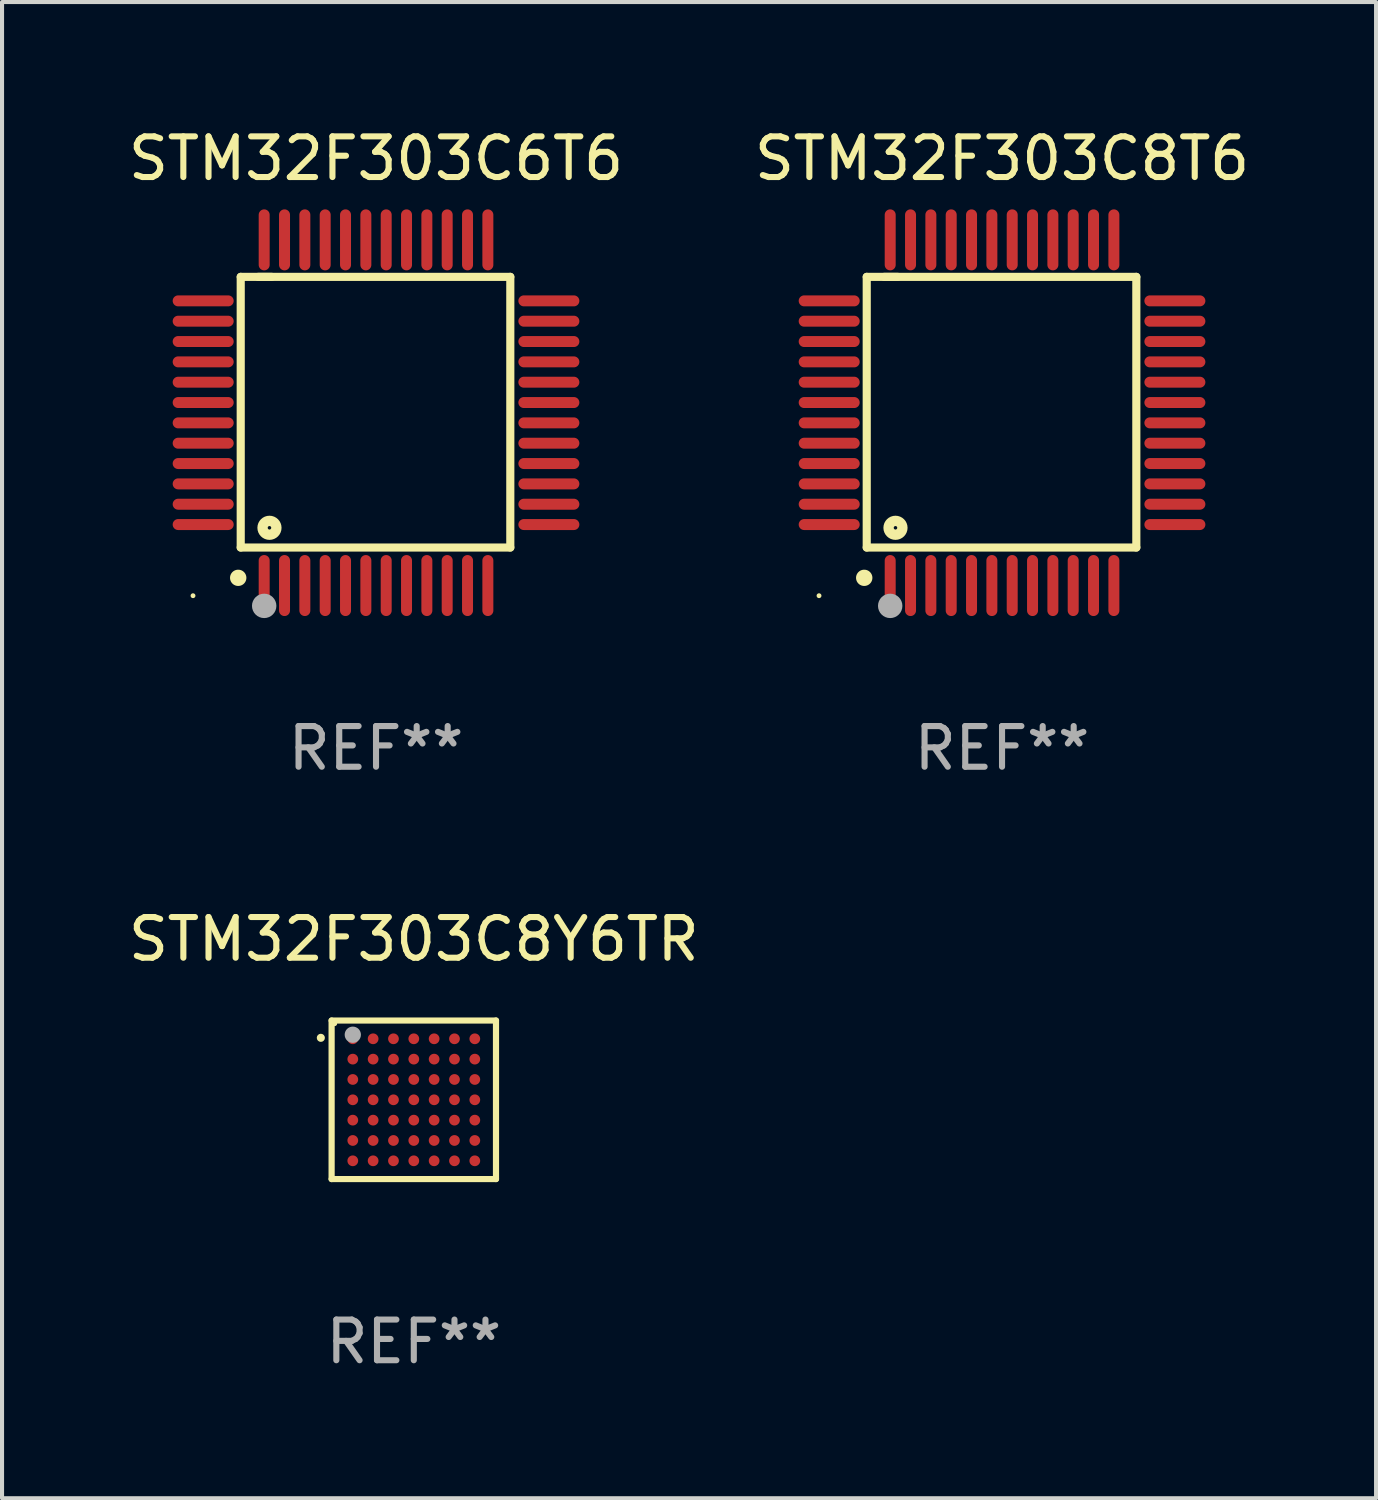
<source format=kicad_pcb>
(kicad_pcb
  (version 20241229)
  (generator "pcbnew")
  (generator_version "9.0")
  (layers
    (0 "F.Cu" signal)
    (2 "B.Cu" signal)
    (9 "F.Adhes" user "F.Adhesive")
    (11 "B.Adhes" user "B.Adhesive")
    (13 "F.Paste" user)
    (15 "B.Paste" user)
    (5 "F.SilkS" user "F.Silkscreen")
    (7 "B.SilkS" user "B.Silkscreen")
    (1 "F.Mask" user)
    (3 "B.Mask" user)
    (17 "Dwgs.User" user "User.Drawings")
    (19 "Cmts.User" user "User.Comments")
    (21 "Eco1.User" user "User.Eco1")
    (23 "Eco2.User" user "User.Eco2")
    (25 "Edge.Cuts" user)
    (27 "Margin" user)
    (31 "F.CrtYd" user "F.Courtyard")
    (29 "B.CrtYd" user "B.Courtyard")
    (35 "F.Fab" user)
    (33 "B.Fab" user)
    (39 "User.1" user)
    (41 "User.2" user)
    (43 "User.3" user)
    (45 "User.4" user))
  (footprint "STM32F303C8Y6TR"
    (layer "F.Cu")
    (at 7.125 23.993)
    (property "Reference" "STM32F303C8Y6TR" (at 0 -3.949 0) (layer "F.SilkS") (effects (font (size 1 1) (thickness 0.15))))
    (attr through_hole)
    (fp_line (start -2.021 -1.949) (end 2.021 -1.949) (stroke (width 0.152) (type solid)) (layer "F.SilkS"))
    (fp_line (start -2.021 1.949) (end -2.021 -1.949) (stroke (width 0.152) (type solid)) (layer "F.SilkS"))
    (fp_line (start 2.021 -1.949) (end 2.021 1.949) (stroke (width 0.152) (type solid)) (layer "F.SilkS"))
    (fp_line (start 2.021 1.949) (end -2.021 1.949) (stroke (width 0.152) (type solid)) (layer "F.SilkS"))
    (fp_circle (center -2.286 -1.524) (end -2.236 -1.524) (stroke (width 0.1) (type solid)) (fill no) (layer "F.SilkS"))
    (fp_circle (center -1.945 -1.872) (end -1.915 -1.872) (stroke (width 0.06) (type solid)) (fill no) (layer "F.SilkS"))
    (fp_circle (center -1.5 -1.6) (end -1.4 -1.6) (stroke (width 0.2) (type solid)) (fill no) (layer "F.Fab"))
    (fp_text user "REF**" (at 0 5.949 0) (layer "F.Fab") (effects (font (size 1 1) (thickness 0.15))))
    (pad "A1" smd circle (at -1.5 -1.5) (size 0.264 0.264) (layers "F.Cu" "F.Mask" "F.Paste"))
    (pad "A2" smd circle (at -1 -1.5) (size 0.264 0.264) (layers "F.Cu" "F.Mask" "F.Paste"))
    (pad "A3" smd circle (at -0.5 -1.5) (size 0.264 0.264) (layers "F.Cu" "F.Mask" "F.Paste"))
    (pad "A4" smd circle (at 0 -1.5) (size 0.264 0.264) (layers "F.Cu" "F.Mask" "F.Paste"))
    (pad "A5" smd circle (at 0.5 -1.5) (size 0.264 0.264) (layers "F.Cu" "F.Mask" "F.Paste"))
    (pad "A6" smd circle (at 1 -1.5) (size 0.264 0.264) (layers "F.Cu" "F.Mask" "F.Paste"))
    (pad "A7" smd circle (at 1.5 -1.5) (size 0.264 0.264) (layers "F.Cu" "F.Mask" "F.Paste"))
    (pad "B1" smd circle (at -1.5 -1) (size 0.264 0.264) (layers "F.Cu" "F.Mask" "F.Paste"))
    (pad "B2" smd circle (at -1 -1) (size 0.264 0.264) (layers "F.Cu" "F.Mask" "F.Paste"))
    (pad "B3" smd circle (at -0.5 -1) (size 0.264 0.264) (layers "F.Cu" "F.Mask" "F.Paste"))
    (pad "B4" smd circle (at 0 -1) (size 0.264 0.264) (layers "F.Cu" "F.Mask" "F.Paste"))
    (pad "B5" smd circle (at 0.5 -1) (size 0.264 0.264) (layers "F.Cu" "F.Mask" "F.Paste"))
    (pad "B6" smd circle (at 1 -1) (size 0.264 0.264) (layers "F.Cu" "F.Mask" "F.Paste"))
    (pad "B7" smd circle (at 1.5 -1) (size 0.264 0.264) (layers "F.Cu" "F.Mask" "F.Paste"))
    (pad "C1" smd circle (at -1.5 -0.5) (size 0.264 0.264) (layers "F.Cu" "F.Mask" "F.Paste"))
    (pad "C2" smd circle (at -1 -0.5) (size 0.264 0.264) (layers "F.Cu" "F.Mask" "F.Paste"))
    (pad "C3" smd circle (at -0.5 -0.5) (size 0.264 0.264) (layers "F.Cu" "F.Mask" "F.Paste"))
    (pad "C4" smd circle (at 0 -0.5) (size 0.264 0.264) (layers "F.Cu" "F.Mask" "F.Paste"))
    (pad "C5" smd circle (at 0.5 -0.5) (size 0.264 0.264) (layers "F.Cu" "F.Mask" "F.Paste"))
    (pad "C6" smd circle (at 1 -0.5) (size 0.264 0.264) (layers "F.Cu" "F.Mask" "F.Paste"))
    (pad "C7" smd circle (at 1.5 -0.5) (size 0.264 0.264) (layers "F.Cu" "F.Mask" "F.Paste"))
    (pad "D1" smd circle (at -1.5 0) (size 0.264 0.264) (layers "F.Cu" "F.Mask" "F.Paste"))
    (pad "D2" smd circle (at -1 0) (size 0.264 0.264) (layers "F.Cu" "F.Mask" "F.Paste"))
    (pad "D3" smd circle (at -0.5 0) (size 0.264 0.264) (layers "F.Cu" "F.Mask" "F.Paste"))
    (pad "D4" smd circle (at 0 0) (size 0.264 0.264) (layers "F.Cu" "F.Mask" "F.Paste"))
    (pad "D5" smd circle (at 0.5 0) (size 0.264 0.264) (layers "F.Cu" "F.Mask" "F.Paste"))
    (pad "D6" smd circle (at 1 0) (size 0.264 0.264) (layers "F.Cu" "F.Mask" "F.Paste"))
    (pad "D7" smd circle (at 1.5 0) (size 0.264 0.264) (layers "F.Cu" "F.Mask" "F.Paste"))
    (pad "E1" smd circle (at -1.5 0.5) (size 0.264 0.264) (layers "F.Cu" "F.Mask" "F.Paste"))
    (pad "E2" smd circle (at -1 0.5) (size 0.264 0.264) (layers "F.Cu" "F.Mask" "F.Paste"))
    (pad "E3" smd circle (at -0.5 0.5) (size 0.264 0.264) (layers "F.Cu" "F.Mask" "F.Paste"))
    (pad "E4" smd circle (at 0 0.5) (size 0.264 0.264) (layers "F.Cu" "F.Mask" "F.Paste"))
    (pad "E5" smd circle (at 0.5 0.5) (size 0.264 0.264) (layers "F.Cu" "F.Mask" "F.Paste"))
    (pad "E6" smd circle (at 1 0.5) (size 0.264 0.264) (layers "F.Cu" "F.Mask" "F.Paste"))
    (pad "E7" smd circle (at 1.5 0.5) (size 0.264 0.264) (layers "F.Cu" "F.Mask" "F.Paste"))
    (pad "F1" smd circle (at -1.5 1) (size 0.264 0.264) (layers "F.Cu" "F.Mask" "F.Paste"))
    (pad "F2" smd circle (at -1 1) (size 0.264 0.264) (layers "F.Cu" "F.Mask" "F.Paste"))
    (pad "F3" smd circle (at -0.5 1) (size 0.264 0.264) (layers "F.Cu" "F.Mask" "F.Paste"))
    (pad "F4" smd circle (at 0 1) (size 0.264 0.264) (layers "F.Cu" "F.Mask" "F.Paste"))
    (pad "F5" smd circle (at 0.5 1) (size 0.264 0.264) (layers "F.Cu" "F.Mask" "F.Paste"))
    (pad "F6" smd circle (at 1 1) (size 0.264 0.264) (layers "F.Cu" "F.Mask" "F.Paste"))
    (pad "F7" smd circle (at 1.5 1) (size 0.264 0.264) (layers "F.Cu" "F.Mask" "F.Paste"))
    (pad "G1" smd circle (at -1.5 1.5) (size 0.264 0.264) (layers "F.Cu" "F.Mask" "F.Paste"))
    (pad "G2" smd circle (at -1 1.5) (size 0.264 0.264) (layers "F.Cu" "F.Mask" "F.Paste"))
    (pad "G3" smd circle (at -0.5 1.5) (size 0.264 0.264) (layers "F.Cu" "F.Mask" "F.Paste"))
    (pad "G4" smd circle (at 0 1.5) (size 0.264 0.264) (layers "F.Cu" "F.Mask" "F.Paste"))
    (pad "G5" smd circle (at 0.5 1.5) (size 0.264 0.264) (layers "F.Cu" "F.Mask" "F.Paste"))
    (pad "G6" smd circle (at 1 1.5) (size 0.264 0.264) (layers "F.Cu" "F.Mask" "F.Paste"))
    (pad "G7" smd circle (at 1.5 1.5) (size 0.264 0.264) (layers "F.Cu" "F.Mask" "F.Paste")))
  (footprint "STM32F303C8T6"
    (layer "F.Cu")
    (at 21.589 7.098)
    (property "Reference" "STM32F303C8T6" (at 0 -6.25 0) (layer "F.SilkS") (effects (font (size 1 1) (thickness 0.15))))
    (attr through_hole)
    (fp_line (start -3.327 -3.34) (end -2.565 -3.34) (stroke (width 0.2) (type solid)) (layer "F.SilkS"))
    (fp_line (start -3.327 3.315) (end -3.327 -3.34) (stroke (width 0.2) (type solid)) (layer "F.SilkS"))
    (fp_line (start -2.896 -3.34) (end 3.302 -3.34) (stroke (width 0.2) (type solid)) (layer "F.SilkS"))
    (fp_line (start 3.302 -3.34) (end 3.302 3.315) (stroke (width 0.2) (type solid)) (layer "F.SilkS"))
    (fp_line (start 3.302 3.315) (end -3.327 3.315) (stroke (width 0.2) (type solid)) (layer "F.SilkS"))
    (fp_arc (start -3.389992 4.059995) (mid -3.388722 4.059991) (end -3.387452 4.059995) (stroke (width 0.4) (type solid)) (layer "F.SilkS"))
    (fp_circle (center -4.5 4.5) (end -4.47 4.5) (stroke (width 0.06) (type solid)) (fill no) (layer "F.SilkS"))
    (fp_circle (center -2.62 2.83) (end -2.45 2.83) (stroke (width 0.254) (type solid)) (fill no) (layer "F.SilkS"))
    (fp_circle (center -2.75 4.75) (end -2.6 4.75) (stroke (width 0.3) (type solid)) (fill no) (layer "F.Fab"))
    (fp_text user "REF**" (at 0 8.25 0) (layer "F.Fab") (effects (font (size 1 1) (thickness 0.15))))
    (pad "1" smd oval (at -2.75 4.25) (size 0.27 1.5) (layers "F.Cu" "F.Mask" "F.Paste"))
    (pad "2" smd oval (at -2.25 4.25) (size 0.27 1.5) (layers "F.Cu" "F.Mask" "F.Paste"))
    (pad "3" smd oval (at -1.75 4.25) (size 0.27 1.5) (layers "F.Cu" "F.Mask" "F.Paste"))
    (pad "4" smd oval (at -1.25 4.25) (size 0.27 1.5) (layers "F.Cu" "F.Mask" "F.Paste"))
    (pad "5" smd oval (at -0.75 4.25) (size 0.27 1.5) (layers "F.Cu" "F.Mask" "F.Paste"))
    (pad "6" smd oval (at -0.25 4.25) (size 0.27 1.5) (layers "F.Cu" "F.Mask" "F.Paste"))
    (pad "7" smd oval (at 0.25 4.25) (size 0.27 1.5) (layers "F.Cu" "F.Mask" "F.Paste"))
    (pad "8" smd oval (at 0.75 4.25) (size 0.27 1.5) (layers "F.Cu" "F.Mask" "F.Paste"))
    (pad "9" smd oval (at 1.25 4.25) (size 0.27 1.5) (layers "F.Cu" "F.Mask" "F.Paste"))
    (pad "10" smd oval (at 1.75 4.25) (size 0.27 1.5) (layers "F.Cu" "F.Mask" "F.Paste"))
    (pad "11" smd oval (at 2.25 4.25) (size 0.27 1.5) (layers "F.Cu" "F.Mask" "F.Paste"))
    (pad "12" smd oval (at 2.75 4.25) (size 0.27 1.5) (layers "F.Cu" "F.Mask" "F.Paste"))
    (pad "13" smd oval (at 4.25 2.75) (size 1.5 0.27) (layers "F.Cu" "F.Mask" "F.Paste"))
    (pad "14" smd oval (at 4.25 2.25) (size 1.5 0.27) (layers "F.Cu" "F.Mask" "F.Paste"))
    (pad "15" smd oval (at 4.25 1.75) (size 1.5 0.27) (layers "F.Cu" "F.Mask" "F.Paste"))
    (pad "16" smd oval (at 4.25 1.25) (size 1.5 0.27) (layers "F.Cu" "F.Mask" "F.Paste"))
    (pad "17" smd oval (at 4.25 0.75) (size 1.5 0.27) (layers "F.Cu" "F.Mask" "F.Paste"))
    (pad "18" smd oval (at 4.25 0.25) (size 1.5 0.27) (layers "F.Cu" "F.Mask" "F.Paste"))
    (pad "19" smd oval (at 4.25 -0.25) (size 1.5 0.27) (layers "F.Cu" "F.Mask" "F.Paste"))
    (pad "20" smd oval (at 4.25 -0.75) (size 1.5 0.27) (layers "F.Cu" "F.Mask" "F.Paste"))
    (pad "21" smd oval (at 4.25 -1.25) (size 1.5 0.27) (layers "F.Cu" "F.Mask" "F.Paste"))
    (pad "22" smd oval (at 4.25 -1.75) (size 1.5 0.27) (layers "F.Cu" "F.Mask" "F.Paste"))
    (pad "23" smd oval (at 4.25 -2.25) (size 1.5 0.27) (layers "F.Cu" "F.Mask" "F.Paste"))
    (pad "24" smd oval (at 4.25 -2.75) (size 1.5 0.27) (layers "F.Cu" "F.Mask" "F.Paste"))
    (pad "25" smd oval (at 2.75 -4.25) (size 0.27 1.5) (layers "F.Cu" "F.Mask" "F.Paste"))
    (pad "26" smd oval (at 2.25 -4.25) (size 0.27 1.5) (layers "F.Cu" "F.Mask" "F.Paste"))
    (pad "27" smd oval (at 1.75 -4.25) (size 0.27 1.5) (layers "F.Cu" "F.Mask" "F.Paste"))
    (pad "28" smd oval (at 1.25 -4.25) (size 0.27 1.5) (layers "F.Cu" "F.Mask" "F.Paste"))
    (pad "29" smd oval (at 0.75 -4.25) (size 0.27 1.5) (layers "F.Cu" "F.Mask" "F.Paste"))
    (pad "30" smd oval (at 0.25 -4.25) (size 0.27 1.5) (layers "F.Cu" "F.Mask" "F.Paste"))
    (pad "31" smd oval (at -0.25 -4.25) (size 0.27 1.5) (layers "F.Cu" "F.Mask" "F.Paste"))
    (pad "32" smd oval (at -0.75 -4.25) (size 0.27 1.5) (layers "F.Cu" "F.Mask" "F.Paste"))
    (pad "33" smd oval (at -1.25 -4.25) (size 0.27 1.5) (layers "F.Cu" "F.Mask" "F.Paste"))
    (pad "34" smd oval (at -1.75 -4.25) (size 0.27 1.5) (layers "F.Cu" "F.Mask" "F.Paste"))
    (pad "35" smd oval (at -2.25 -4.25) (size 0.27 1.5) (layers "F.Cu" "F.Mask" "F.Paste"))
    (pad "36" smd oval (at -2.75 -4.25) (size 0.27 1.5) (layers "F.Cu" "F.Mask" "F.Paste"))
    (pad "37" smd oval (at -4.25 -2.75) (size 1.5 0.27) (layers "F.Cu" "F.Mask" "F.Paste"))
    (pad "38" smd oval (at -4.25 -2.25) (size 1.5 0.27) (layers "F.Cu" "F.Mask" "F.Paste"))
    (pad "39" smd oval (at -4.25 -1.75) (size 1.5 0.27) (layers "F.Cu" "F.Mask" "F.Paste"))
    (pad "40" smd oval (at -4.25 -1.25) (size 1.5 0.27) (layers "F.Cu" "F.Mask" "F.Paste"))
    (pad "41" smd oval (at -4.25 -0.75) (size 1.5 0.27) (layers "F.Cu" "F.Mask" "F.Paste"))
    (pad "42" smd oval (at -4.25 -0.25) (size 1.5 0.27) (layers "F.Cu" "F.Mask" "F.Paste"))
    (pad "43" smd oval (at -4.25 0.25) (size 1.5 0.27) (layers "F.Cu" "F.Mask" "F.Paste"))
    (pad "44" smd oval (at -4.25 0.75) (size 1.5 0.27) (layers "F.Cu" "F.Mask" "F.Paste"))
    (pad "45" smd oval (at -4.25 1.25) (size 1.5 0.27) (layers "F.Cu" "F.Mask" "F.Paste"))
    (pad "46" smd oval (at -4.25 1.75) (size 1.5 0.27) (layers "F.Cu" "F.Mask" "F.Paste"))
    (pad "47" smd oval (at -4.25 2.25) (size 1.5 0.27) (layers "F.Cu" "F.Mask" "F.Paste"))
    (pad "48" smd oval (at -4.25 2.75) (size 1.5 0.27) (layers "F.Cu" "F.Mask" "F.Paste")))
  (footprint "STM32F303C6T6"
    (layer "F.Cu")
    (at 6.196 7.098)
    (property "Reference" "STM32F303C6T6" (at 0 -6.25 0) (layer "F.SilkS") (effects (font (size 1 1) (thickness 0.15))))
    (attr through_hole)
    (fp_line (start -3.327 -3.34) (end -2.565 -3.34) (stroke (width 0.2) (type solid)) (layer "F.SilkS"))
    (fp_line (start -3.327 3.315) (end -3.327 -3.34) (stroke (width 0.2) (type solid)) (layer "F.SilkS"))
    (fp_line (start -2.896 -3.34) (end 3.302 -3.34) (stroke (width 0.2) (type solid)) (layer "F.SilkS"))
    (fp_line (start 3.302 -3.34) (end 3.302 3.315) (stroke (width 0.2) (type solid)) (layer "F.SilkS"))
    (fp_line (start 3.302 3.315) (end -3.327 3.315) (stroke (width 0.2) (type solid)) (layer "F.SilkS"))
    (fp_arc (start -3.389992 4.059995) (mid -3.388722 4.059991) (end -3.387452 4.059995) (stroke (width 0.4) (type solid)) (layer "F.SilkS"))
    (fp_circle (center -4.5 4.5) (end -4.47 4.5) (stroke (width 0.06) (type solid)) (fill no) (layer "F.SilkS"))
    (fp_circle (center -2.62 2.83) (end -2.45 2.83) (stroke (width 0.254) (type solid)) (fill no) (layer "F.SilkS"))
    (fp_circle (center -2.75 4.75) (end -2.6 4.75) (stroke (width 0.3) (type solid)) (fill no) (layer "F.Fab"))
    (fp_text user "REF**" (at 0 8.25 0) (layer "F.Fab") (effects (font (size 1 1) (thickness 0.15))))
    (pad "1" smd oval (at -2.75 4.25) (size 0.27 1.5) (layers "F.Cu" "F.Mask" "F.Paste"))
    (pad "2" smd oval (at -2.25 4.25) (size 0.27 1.5) (layers "F.Cu" "F.Mask" "F.Paste"))
    (pad "3" smd oval (at -1.75 4.25) (size 0.27 1.5) (layers "F.Cu" "F.Mask" "F.Paste"))
    (pad "4" smd oval (at -1.25 4.25) (size 0.27 1.5) (layers "F.Cu" "F.Mask" "F.Paste"))
    (pad "5" smd oval (at -0.75 4.25) (size 0.27 1.5) (layers "F.Cu" "F.Mask" "F.Paste"))
    (pad "6" smd oval (at -0.25 4.25) (size 0.27 1.5) (layers "F.Cu" "F.Mask" "F.Paste"))
    (pad "7" smd oval (at 0.25 4.25) (size 0.27 1.5) (layers "F.Cu" "F.Mask" "F.Paste"))
    (pad "8" smd oval (at 0.75 4.25) (size 0.27 1.5) (layers "F.Cu" "F.Mask" "F.Paste"))
    (pad "9" smd oval (at 1.25 4.25) (size 0.27 1.5) (layers "F.Cu" "F.Mask" "F.Paste"))
    (pad "10" smd oval (at 1.75 4.25) (size 0.27 1.5) (layers "F.Cu" "F.Mask" "F.Paste"))
    (pad "11" smd oval (at 2.25 4.25) (size 0.27 1.5) (layers "F.Cu" "F.Mask" "F.Paste"))
    (pad "12" smd oval (at 2.75 4.25) (size 0.27 1.5) (layers "F.Cu" "F.Mask" "F.Paste"))
    (pad "13" smd oval (at 4.25 2.75) (size 1.5 0.27) (layers "F.Cu" "F.Mask" "F.Paste"))
    (pad "14" smd oval (at 4.25 2.25) (size 1.5 0.27) (layers "F.Cu" "F.Mask" "F.Paste"))
    (pad "15" smd oval (at 4.25 1.75) (size 1.5 0.27) (layers "F.Cu" "F.Mask" "F.Paste"))
    (pad "16" smd oval (at 4.25 1.25) (size 1.5 0.27) (layers "F.Cu" "F.Mask" "F.Paste"))
    (pad "17" smd oval (at 4.25 0.75) (size 1.5 0.27) (layers "F.Cu" "F.Mask" "F.Paste"))
    (pad "18" smd oval (at 4.25 0.25) (size 1.5 0.27) (layers "F.Cu" "F.Mask" "F.Paste"))
    (pad "19" smd oval (at 4.25 -0.25) (size 1.5 0.27) (layers "F.Cu" "F.Mask" "F.Paste"))
    (pad "20" smd oval (at 4.25 -0.75) (size 1.5 0.27) (layers "F.Cu" "F.Mask" "F.Paste"))
    (pad "21" smd oval (at 4.25 -1.25) (size 1.5 0.27) (layers "F.Cu" "F.Mask" "F.Paste"))
    (pad "22" smd oval (at 4.25 -1.75) (size 1.5 0.27) (layers "F.Cu" "F.Mask" "F.Paste"))
    (pad "23" smd oval (at 4.25 -2.25) (size 1.5 0.27) (layers "F.Cu" "F.Mask" "F.Paste"))
    (pad "24" smd oval (at 4.25 -2.75) (size 1.5 0.27) (layers "F.Cu" "F.Mask" "F.Paste"))
    (pad "25" smd oval (at 2.75 -4.25) (size 0.27 1.5) (layers "F.Cu" "F.Mask" "F.Paste"))
    (pad "26" smd oval (at 2.25 -4.25) (size 0.27 1.5) (layers "F.Cu" "F.Mask" "F.Paste"))
    (pad "27" smd oval (at 1.75 -4.25) (size 0.27 1.5) (layers "F.Cu" "F.Mask" "F.Paste"))
    (pad "28" smd oval (at 1.25 -4.25) (size 0.27 1.5) (layers "F.Cu" "F.Mask" "F.Paste"))
    (pad "29" smd oval (at 0.75 -4.25) (size 0.27 1.5) (layers "F.Cu" "F.Mask" "F.Paste"))
    (pad "30" smd oval (at 0.25 -4.25) (size 0.27 1.5) (layers "F.Cu" "F.Mask" "F.Paste"))
    (pad "31" smd oval (at -0.25 -4.25) (size 0.27 1.5) (layers "F.Cu" "F.Mask" "F.Paste"))
    (pad "32" smd oval (at -0.75 -4.25) (size 0.27 1.5) (layers "F.Cu" "F.Mask" "F.Paste"))
    (pad "33" smd oval (at -1.25 -4.25) (size 0.27 1.5) (layers "F.Cu" "F.Mask" "F.Paste"))
    (pad "34" smd oval (at -1.75 -4.25) (size 0.27 1.5) (layers "F.Cu" "F.Mask" "F.Paste"))
    (pad "35" smd oval (at -2.25 -4.25) (size 0.27 1.5) (layers "F.Cu" "F.Mask" "F.Paste"))
    (pad "36" smd oval (at -2.75 -4.25) (size 0.27 1.5) (layers "F.Cu" "F.Mask" "F.Paste"))
    (pad "37" smd oval (at -4.25 -2.75) (size 1.5 0.27) (layers "F.Cu" "F.Mask" "F.Paste"))
    (pad "38" smd oval (at -4.25 -2.25) (size 1.5 0.27) (layers "F.Cu" "F.Mask" "F.Paste"))
    (pad "39" smd oval (at -4.25 -1.75) (size 1.5 0.27) (layers "F.Cu" "F.Mask" "F.Paste"))
    (pad "40" smd oval (at -4.25 -1.25) (size 1.5 0.27) (layers "F.Cu" "F.Mask" "F.Paste"))
    (pad "41" smd oval (at -4.25 -0.75) (size 1.5 0.27) (layers "F.Cu" "F.Mask" "F.Paste"))
    (pad "42" smd oval (at -4.25 -0.25) (size 1.5 0.27) (layers "F.Cu" "F.Mask" "F.Paste"))
    (pad "43" smd oval (at -4.25 0.25) (size 1.5 0.27) (layers "F.Cu" "F.Mask" "F.Paste"))
    (pad "44" smd oval (at -4.25 0.75) (size 1.5 0.27) (layers "F.Cu" "F.Mask" "F.Paste"))
    (pad "45" smd oval (at -4.25 1.25) (size 1.5 0.27) (layers "F.Cu" "F.Mask" "F.Paste"))
    (pad "46" smd oval (at -4.25 1.75) (size 1.5 0.27) (layers "F.Cu" "F.Mask" "F.Paste"))
    (pad "47" smd oval (at -4.25 2.25) (size 1.5 0.27) (layers "F.Cu" "F.Mask" "F.Paste"))
    (pad "48" smd oval (at -4.25 2.75) (size 1.5 0.27) (layers "F.Cu" "F.Mask" "F.Paste")))
  (gr_rect
    (start -3 -3)
    (end 30.786 33.79)
    (stroke (width 0.1) (type default))
    (fill no)
    (layer "Edge.Cuts")))
</source>
